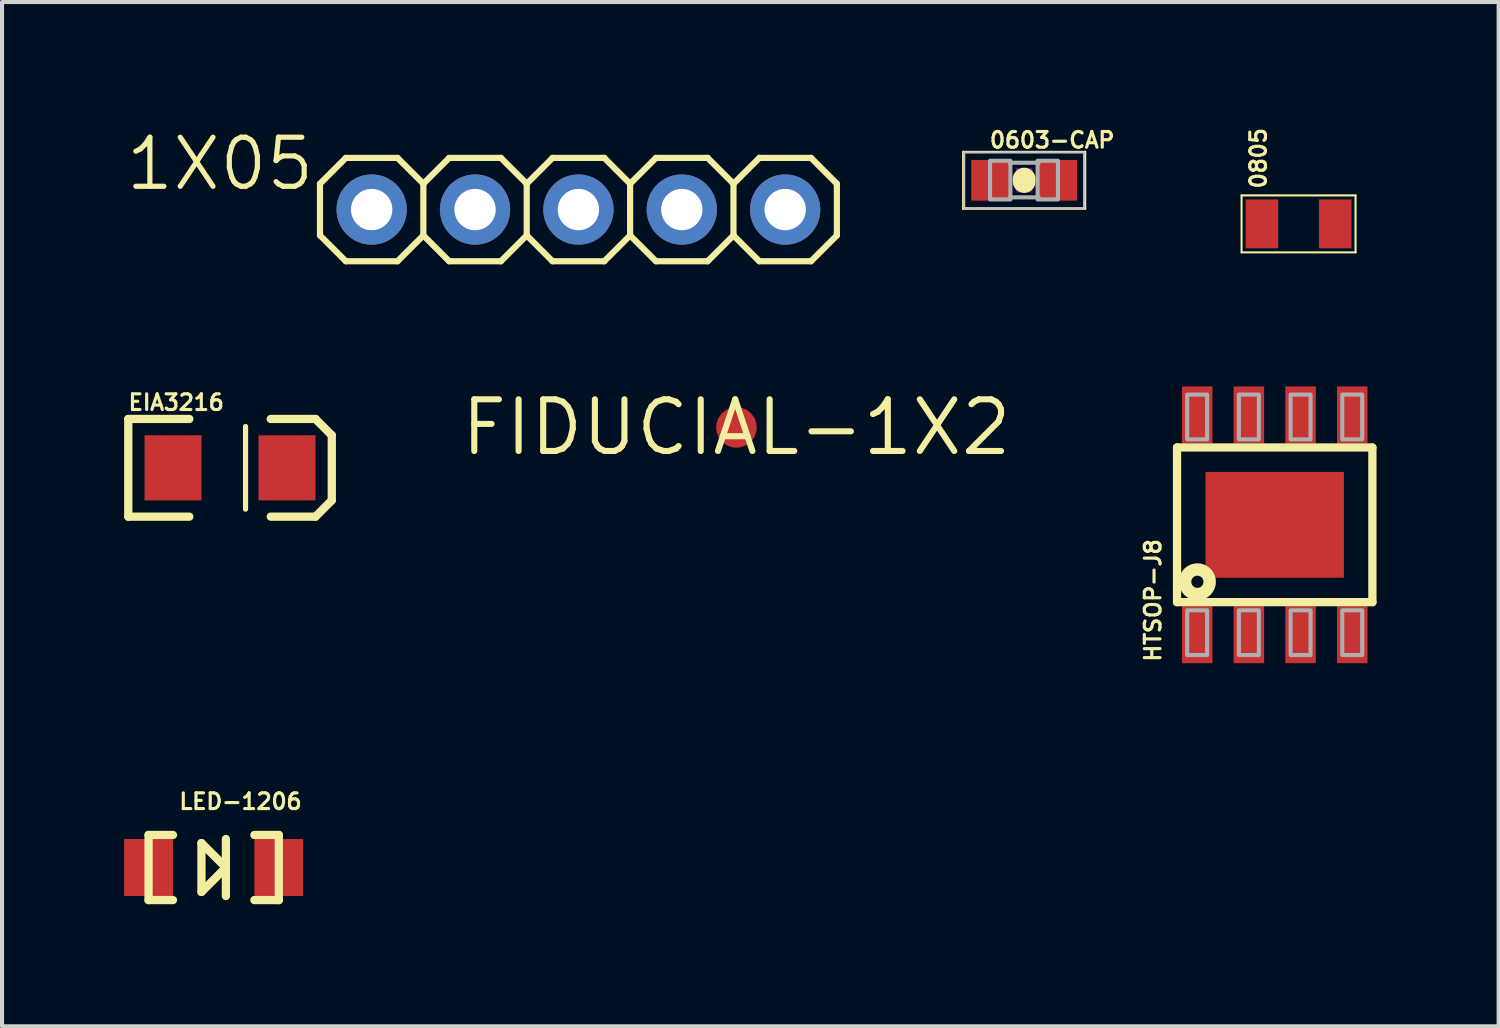
<source format=kicad_pcb>
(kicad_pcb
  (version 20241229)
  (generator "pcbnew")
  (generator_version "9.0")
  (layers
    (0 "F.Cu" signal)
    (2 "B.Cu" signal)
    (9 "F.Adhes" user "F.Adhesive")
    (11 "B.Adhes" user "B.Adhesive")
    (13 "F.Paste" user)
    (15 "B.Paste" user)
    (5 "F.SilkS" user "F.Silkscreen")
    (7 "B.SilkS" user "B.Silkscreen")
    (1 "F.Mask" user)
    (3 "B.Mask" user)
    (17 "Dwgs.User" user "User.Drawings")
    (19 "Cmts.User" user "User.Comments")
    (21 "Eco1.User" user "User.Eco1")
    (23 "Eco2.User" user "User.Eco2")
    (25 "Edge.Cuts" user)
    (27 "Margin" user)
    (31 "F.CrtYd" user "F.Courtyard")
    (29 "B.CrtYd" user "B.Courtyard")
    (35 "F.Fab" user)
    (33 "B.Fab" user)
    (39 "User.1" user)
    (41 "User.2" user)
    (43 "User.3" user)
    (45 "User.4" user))
  (footprint "0603-CAP"
    (layer "F.Cu")
    (at 22.114 1.38)
    (property "Reference" "0603-CAP" (at -0.889 -0.762 180) (layer "F.SilkS") (effects (font (size 0.386 0.386) (thickness 0.077)) (justify left bottom)))
    (attr through_hole)
    (fp_line (start -1.5 -0.7) (end 1.5 -0.7) (stroke (width 0.051) (type solid)) (layer "F.SilkS"))
    (fp_line (start -1.5 0.7) (end -1.5 -0.7) (stroke (width 0.051) (type solid)) (layer "F.SilkS"))
    (fp_line (start 0 -0.03) (end 0 0.03) (stroke (width 0.559) (type solid)) (layer "F.SilkS"))
    (fp_line (start 1.5 -0.7) (end 1.5 0.7) (stroke (width 0.051) (type solid)) (layer "F.SilkS"))
    (fp_line (start 1.5 0.7) (end -1.5 0.7) (stroke (width 0.051) (type solid)) (layer "F.SilkS"))
    (fp_poly (pts (xy -0.2 0.3) (xy 0.2 0.3) (xy 0.2 -0.3) (xy -0.2 -0.3)) (stroke (width 0) (type solid)) (fill yes) (layer "F.Adhes"))
    (fp_line (start -1.473 -0.683) (end 1.473 -0.683) (stroke (width 0.051) (type solid)) (layer "Dwgs.User"))
    (fp_line (start -1.473 0.683) (end -1.473 -0.683) (stroke (width 0.051) (type solid)) (layer "Dwgs.User"))
    (fp_line (start 1.473 -0.683) (end 1.473 0.683) (stroke (width 0.051) (type solid)) (layer "Dwgs.User"))
    (fp_line (start 1.473 0.683) (end -1.473 0.683) (stroke (width 0.051) (type solid)) (layer "Dwgs.User"))
    (fp_line (start -0.356 -0.432) (end 0.356 -0.432) (stroke (width 0.102) (type solid)) (layer "F.Fab"))
    (fp_line (start -0.356 0.419) (end 0.356 0.419) (stroke (width 0.102) (type solid)) (layer "F.Fab"))
    (fp_poly (pts (xy -0.838 0.47) (xy -0.338 0.47) (xy -0.338 -0.48) (xy -0.838 -0.48)) (stroke (width 0.1) (type solid)) (fill no) (layer "F.Fab"))
    (fp_poly (pts (xy 0.33 0.47) (xy 0.83 0.47) (xy 0.83 -0.48) (xy 0.33 -0.48)) (stroke (width 0.1) (type solid)) (fill no) (layer "F.Fab"))
    (pad "1" smd rect (at -0.8 0) (size 1 1) (layers "F.Cu" "F.Mask" "F.Paste"))
    (pad "2" smd rect (at 0.8 0) (size 1 1) (layers "F.Cu" "F.Mask" "F.Paste")))
  (footprint "HTSOP-J8"
    (layer "F.Cu")
    (at 28.27 9.845)
    (property "Reference" "HTSOP-J8" (at -2.767 3.405 90) (layer "F.SilkS") (effects (font (size 0.386 0.386) (thickness 0.077)) (justify left bottom)))
    (attr through_hole)
    (fp_line (start -2.4 -1.9) (end 2.4 -1.9) (stroke (width 0.203) (type solid)) (layer "F.SilkS"))
    (fp_line (start -2.4 1.9) (end -2.4 -1.9) (stroke (width 0.203) (type solid)) (layer "F.SilkS"))
    (fp_line (start 2.4 -1.9) (end 2.4 1.9) (stroke (width 0.203) (type solid)) (layer "F.SilkS"))
    (fp_line (start 2.4 1.9) (end -2.4 1.9) (stroke (width 0.203) (type solid)) (layer "F.SilkS"))
    (fp_circle (center -1.9 1.4) (end -1.75 1.4) (stroke (width 0.305) (type solid)) (fill no) (layer "F.SilkS"))
    (fp_poly (pts (xy -2.15 -2.1) (xy -1.66 -2.1) (xy -1.66 -3.2) (xy -2.15 -3.2)) (stroke (width 0.1) (type solid)) (fill no) (layer "F.Fab"))
    (fp_poly (pts (xy -2.15 3.2) (xy -1.66 3.2) (xy -1.66 2.1) (xy -2.15 2.1)) (stroke (width 0.1) (type solid)) (fill no) (layer "F.Fab"))
    (fp_poly (pts (xy -0.88 -2.1) (xy -0.39 -2.1) (xy -0.39 -3.2) (xy -0.88 -3.2)) (stroke (width 0.1) (type solid)) (fill no) (layer "F.Fab"))
    (fp_poly (pts (xy -0.88 3.2) (xy -0.39 3.2) (xy -0.39 2.1) (xy -0.88 2.1)) (stroke (width 0.1) (type solid)) (fill no) (layer "F.Fab"))
    (fp_poly (pts (xy 0.39 -2.1) (xy 0.88 -2.1) (xy 0.88 -3.2) (xy 0.39 -3.2)) (stroke (width 0.1) (type solid)) (fill no) (layer "F.Fab"))
    (fp_poly (pts (xy 0.39 3.2) (xy 0.88 3.2) (xy 0.88 2.1) (xy 0.39 2.1)) (stroke (width 0.1) (type solid)) (fill no) (layer "F.Fab"))
    (fp_poly (pts (xy 1.66 -2.1) (xy 2.15 -2.1) (xy 2.15 -3.2) (xy 1.66 -3.2)) (stroke (width 0.1) (type solid)) (fill no) (layer "F.Fab"))
    (fp_poly (pts (xy 1.66 3.2) (xy 2.15 3.2) (xy 2.15 2.1) (xy 1.66 2.1)) (stroke (width 0.1) (type solid)) (fill no) (layer "F.Fab"))
    (pad "1" smd rect (at -1.905 2.7) (size 0.75 1.4) (layers "F.Cu" "F.Mask" "F.Paste"))
    (pad "2" smd rect (at -0.635 2.7) (size 0.75 1.4) (layers "F.Cu" "F.Mask" "F.Paste"))
    (pad "3" smd rect (at 0.635 2.7) (size 0.75 1.4) (layers "F.Cu" "F.Mask" "F.Paste"))
    (pad "4" smd rect (at 1.905 2.7) (size 0.75 1.4) (layers "F.Cu" "F.Mask" "F.Paste"))
    (pad "5" smd rect (at 1.905 -2.7) (size 0.75 1.4) (layers "F.Cu" "F.Mask" "F.Paste"))
    (pad "6" smd rect (at 0.635 -2.7) (size 0.75 1.4) (layers "F.Cu" "F.Mask" "F.Paste"))
    (pad "7" smd rect (at -0.635 -2.7) (size 0.75 1.4) (layers "F.Cu" "F.Mask" "F.Paste"))
    (pad "8" smd rect (at -1.905 -2.7) (size 0.75 1.4) (layers "F.Cu" "F.Mask" "F.Paste"))
    (pad "P$1" smd rect (at 0 0) (size 3.4 2.6) (layers "F.Cu" "F.Mask" "F.Paste")))
  (footprint "LED-1206"
    (layer "F.Cu")
    (at 2.2 18.265)
    (property "Reference" "LED-1206" (at -0.889 -1.397 180) (layer "F.SilkS") (effects (font (size 0.386 0.386) (thickness 0.077)) (justify left bottom)))
    (attr through_hole)
    (fp_line (start -1.6 -0.8) (end -1.6 0.8) (stroke (width 0.203) (type solid)) (layer "F.SilkS"))
    (fp_line (start -1.6 0.8) (end -1 0.8) (stroke (width 0.203) (type solid)) (layer "F.SilkS"))
    (fp_line (start -1 -0.8) (end -1.6 -0.8) (stroke (width 0.203) (type solid)) (layer "F.SilkS"))
    (fp_line (start -0.3 -0.6) (end -0.3 0.6) (stroke (width 0.203) (type solid)) (layer "F.SilkS"))
    (fp_line (start -0.3 0.6) (end 0.3 0) (stroke (width 0.203) (type solid)) (layer "F.SilkS"))
    (fp_line (start 0.3 -0.7) (end 0.3 0) (stroke (width 0.203) (type solid)) (layer "F.SilkS"))
    (fp_line (start 0.3 0) (end -0.3 -0.6) (stroke (width 0.203) (type solid)) (layer "F.SilkS"))
    (fp_line (start 0.3 0) (end 0.3 0.7) (stroke (width 0.203) (type solid)) (layer "F.SilkS"))
    (fp_line (start 1 -0.8) (end 1.6 -0.8) (stroke (width 0.203) (type solid)) (layer "F.SilkS"))
    (fp_line (start 1.6 -0.8) (end 1.6 0.8) (stroke (width 0.203) (type solid)) (layer "F.SilkS"))
    (fp_line (start 1.6 0.8) (end 1 0.8) (stroke (width 0.203) (type solid)) (layer "F.SilkS"))
    (pad "A" smd rect (at -1.6 0) (size 1.2 1.4) (layers "F.Cu" "F.Mask" "F.Paste"))
    (pad "C" smd rect (at 1.6 0) (size 1.2 1.4) (layers "F.Cu" "F.Mask" "F.Paste")))
  (footprint "FIDUCIAL-1X2"
    (layer "F.Cu")
    (at 15.044 7.451)
    (property "Reference" "FIDUCIAL-1X2" (at 0 0 0) (layer "F.SilkS") (effects (font (size 1.27 1.27) (thickness 0.15))))
    (attr through_hole)
    (pad "1" smd roundrect (at 0 0) (size 1 1) (layers "F.Cu" "F.Mask") (roundrect_rratio 0.5)))
  (footprint "EIA3216"
    (layer "F.Cu")
    (at 2.602 8.444)
    (property "Reference" "EIA3216" (at -2.54 -1.381 180) (layer "F.SilkS") (effects (font (size 0.386 0.386) (thickness 0.077)) (justify left bottom)))
    (attr through_hole)
    (fp_line (start -2.5 -1.2) (end -1 -1.2) (stroke (width 0.203) (type solid)) (layer "F.SilkS"))
    (fp_line (start -2.5 1.2) (end -2.5 -1.2) (stroke (width 0.203) (type solid)) (layer "F.SilkS"))
    (fp_line (start -1 1.2) (end -2.5 1.2) (stroke (width 0.203) (type solid)) (layer "F.SilkS"))
    (fp_line (start 0.381 -1.016) (end 0.381 1.016) (stroke (width 0.127) (type solid)) (layer "F.SilkS"))
    (fp_line (start 1 1.2) (end 2.1 1.2) (stroke (width 0.203) (type solid)) (layer "F.SilkS"))
    (fp_line (start 2.1 -1.2) (end 1 -1.2) (stroke (width 0.203) (type solid)) (layer "F.SilkS"))
    (fp_line (start 2.1 1.2) (end 2.5 0.8) (stroke (width 0.203) (type solid)) (layer "F.SilkS"))
    (fp_line (start 2.5 -0.8) (end 2.1 -1.2) (stroke (width 0.203) (type solid)) (layer "F.SilkS"))
    (fp_line (start 2.5 0.8) (end 2.5 -0.8) (stroke (width 0.203) (type solid)) (layer "F.SilkS"))
    (pad "A" smd rect (at 1.4 0 90) (size 1.6 1.4) (layers "F.Cu" "F.Mask" "F.Paste"))
    (pad "C" smd rect (at -1.4 0 90) (size 1.6 1.4) (layers "F.Cu" "F.Mask" "F.Paste")))
  (footprint "1X05"
    (layer "F.Cu")
    (at 11.162 2.099)
    (property "Reference" "1X05" (at -6.426 -1.829 0) (layer "F.SilkS") (effects (font (size 1.206 1.206) (thickness 0.127)) (justify right top)))
    (attr through_hole)
    (fp_line (start -6.35 -0.635) (end -6.35 0.635) (stroke (width 0.152) (type solid)) (layer "F.SilkS"))
    (fp_line (start -6.35 0.635) (end -5.715 1.27) (stroke (width 0.152) (type solid)) (layer "F.SilkS"))
    (fp_line (start -5.715 -1.27) (end -6.35 -0.635) (stroke (width 0.152) (type solid)) (layer "F.SilkS"))
    (fp_line (start -5.715 -1.27) (end -4.445 -1.27) (stroke (width 0.152) (type solid)) (layer "F.SilkS"))
    (fp_line (start -4.445 -1.27) (end -3.81 -0.635) (stroke (width 0.152) (type solid)) (layer "F.SilkS"))
    (fp_line (start -4.445 1.27) (end -5.715 1.27) (stroke (width 0.152) (type solid)) (layer "F.SilkS"))
    (fp_line (start -3.81 -0.635) (end -3.81 0.635) (stroke (width 0.152) (type solid)) (layer "F.SilkS"))
    (fp_line (start -3.81 -0.635) (end -3.175 -1.27) (stroke (width 0.152) (type solid)) (layer "F.SilkS"))
    (fp_line (start -3.81 0.635) (end -4.445 1.27) (stroke (width 0.152) (type solid)) (layer "F.SilkS"))
    (fp_line (start -3.175 -1.27) (end -1.905 -1.27) (stroke (width 0.152) (type solid)) (layer "F.SilkS"))
    (fp_line (start -3.175 1.27) (end -3.81 0.635) (stroke (width 0.152) (type solid)) (layer "F.SilkS"))
    (fp_line (start -1.905 -1.27) (end -1.27 -0.635) (stroke (width 0.152) (type solid)) (layer "F.SilkS"))
    (fp_line (start -1.905 1.27) (end -3.175 1.27) (stroke (width 0.152) (type solid)) (layer "F.SilkS"))
    (fp_line (start -1.27 -0.635) (end -1.27 0.635) (stroke (width 0.152) (type solid)) (layer "F.SilkS"))
    (fp_line (start -1.27 -0.635) (end -0.635 -1.27) (stroke (width 0.152) (type solid)) (layer "F.SilkS"))
    (fp_line (start -1.27 0.635) (end -1.905 1.27) (stroke (width 0.152) (type solid)) (layer "F.SilkS"))
    (fp_line (start -0.635 -1.27) (end 0.635 -1.27) (stroke (width 0.152) (type solid)) (layer "F.SilkS"))
    (fp_line (start -0.635 1.27) (end -1.27 0.635) (stroke (width 0.152) (type solid)) (layer "F.SilkS"))
    (fp_line (start 0.635 -1.27) (end 1.27 -0.635) (stroke (width 0.152) (type solid)) (layer "F.SilkS"))
    (fp_line (start 0.635 1.27) (end -0.635 1.27) (stroke (width 0.152) (type solid)) (layer "F.SilkS"))
    (fp_line (start 1.27 -0.635) (end 1.27 0.635) (stroke (width 0.152) (type solid)) (layer "F.SilkS"))
    (fp_line (start 1.27 0.635) (end 0.635 1.27) (stroke (width 0.152) (type solid)) (layer "F.SilkS"))
    (fp_line (start 1.27 0.635) (end 1.905 1.27) (stroke (width 0.152) (type solid)) (layer "F.SilkS"))
    (fp_line (start 1.905 -1.27) (end 1.27 -0.635) (stroke (width 0.152) (type solid)) (layer "F.SilkS"))
    (fp_line (start 1.905 -1.27) (end 3.175 -1.27) (stroke (width 0.152) (type solid)) (layer "F.SilkS"))
    (fp_line (start 3.175 -1.27) (end 3.81 -0.635) (stroke (width 0.152) (type solid)) (layer "F.SilkS"))
    (fp_line (start 3.175 1.27) (end 1.905 1.27) (stroke (width 0.152) (type solid)) (layer "F.SilkS"))
    (fp_line (start 3.81 -0.635) (end 3.81 0.635) (stroke (width 0.152) (type solid)) (layer "F.SilkS"))
    (fp_line (start 3.81 0.635) (end 3.175 1.27) (stroke (width 0.152) (type solid)) (layer "F.SilkS"))
    (fp_line (start 3.81 0.635) (end 4.445 1.27) (stroke (width 0.152) (type solid)) (layer "F.SilkS"))
    (fp_line (start 4.445 -1.27) (end 3.81 -0.635) (stroke (width 0.152) (type solid)) (layer "F.SilkS"))
    (fp_line (start 4.445 -1.27) (end 5.715 -1.27) (stroke (width 0.152) (type solid)) (layer "F.SilkS"))
    (fp_line (start 5.715 -1.27) (end 6.35 -0.635) (stroke (width 0.152) (type solid)) (layer "F.SilkS"))
    (fp_line (start 5.715 1.27) (end 4.445 1.27) (stroke (width 0.152) (type solid)) (layer "F.SilkS"))
    (fp_line (start 6.35 -0.635) (end 6.35 0.635) (stroke (width 0.152) (type solid)) (layer "F.SilkS"))
    (fp_line (start 6.35 0.635) (end 5.715 1.27) (stroke (width 0.152) (type solid)) (layer "F.SilkS"))
    (fp_poly (pts (xy -5.334 0.254) (xy -4.826 0.254) (xy -4.826 -0.254) (xy -5.334 -0.254)) (stroke (width 0.1) (type solid)) (fill no) (layer "F.Fab"))
    (fp_poly (pts (xy -2.794 0.254) (xy -2.286 0.254) (xy -2.286 -0.254) (xy -2.794 -0.254)) (stroke (width 0.1) (type solid)) (fill no) (layer "F.Fab"))
    (fp_poly (pts (xy -0.254 0.254) (xy 0.254 0.254) (xy 0.254 -0.254) (xy -0.254 -0.254)) (stroke (width 0.1) (type solid)) (fill no) (layer "F.Fab"))
    (fp_poly (pts (xy 2.286 0.254) (xy 2.794 0.254) (xy 2.794 -0.254) (xy 2.286 -0.254)) (stroke (width 0.1) (type solid)) (fill no) (layer "F.Fab"))
    (fp_poly (pts (xy 4.826 0.254) (xy 5.334 0.254) (xy 5.334 -0.254) (xy 4.826 -0.254)) (stroke (width 0.1) (type solid)) (fill no) (layer "F.Fab"))
    (pad "1" thru_hole circle (at -5.08 0 90) (size 1.727 1.727) (drill 1.016) (layers "*.Cu" "*.Mask"))
    (pad "2" thru_hole circle (at -2.54 0 90) (size 1.727 1.727) (drill 1.016) (layers "*.Cu" "*.Mask"))
    (pad "3" thru_hole circle (at 0 0 90) (size 1.727 1.727) (drill 1.016) (layers "*.Cu" "*.Mask"))
    (pad "4" thru_hole circle (at 2.54 0 90) (size 1.727 1.727) (drill 1.016) (layers "*.Cu" "*.Mask"))
    (pad "5" thru_hole circle (at 5.08 0 90) (size 1.727 1.727) (drill 1.016) (layers "*.Cu" "*.Mask")))
  (footprint "0805"
    (layer "F.Cu")
    (at 28.856 2.451)
    (property "Reference" "0805" (at -0.762 -0.826 90) (layer "F.SilkS") (effects (font (size 0.386 0.386) (thickness 0.077)) (justify left bottom)))
    (attr through_hole)
    (fp_line (start -1.4 -0.7) (end 1.4 -0.7) (stroke (width 0.051) (type solid)) (layer "F.SilkS"))
    (fp_line (start -1.4 0.7) (end -1.4 -0.7) (stroke (width 0.051) (type solid)) (layer "F.SilkS"))
    (fp_line (start 1.4 -0.7) (end 1.4 0.7) (stroke (width 0.051) (type solid)) (layer "F.SilkS"))
    (fp_line (start 1.4 0.7) (end -1.4 0.7) (stroke (width 0.051) (type solid)) (layer "F.SilkS"))
    (pad "1" smd rect (at -0.9 0) (size 0.8 1.2) (layers "F.Cu" "F.Mask" "F.Paste"))
    (pad "2" smd rect (at 0.9 0) (size 0.8 1.2) (layers "F.Cu" "F.Mask" "F.Paste")))
  (gr_rect
    (start -3 -3)
    (end 33.772 22.166)
    (stroke (width 0.1) (type default))
    (fill no)
    (layer "Edge.Cuts")))
</source>
